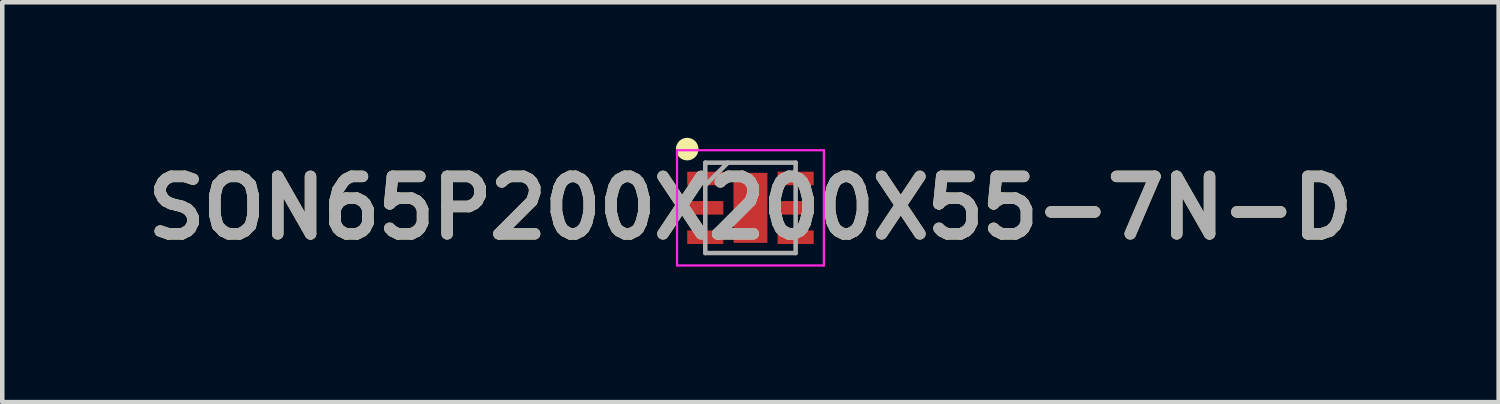
<source format=kicad_pcb>
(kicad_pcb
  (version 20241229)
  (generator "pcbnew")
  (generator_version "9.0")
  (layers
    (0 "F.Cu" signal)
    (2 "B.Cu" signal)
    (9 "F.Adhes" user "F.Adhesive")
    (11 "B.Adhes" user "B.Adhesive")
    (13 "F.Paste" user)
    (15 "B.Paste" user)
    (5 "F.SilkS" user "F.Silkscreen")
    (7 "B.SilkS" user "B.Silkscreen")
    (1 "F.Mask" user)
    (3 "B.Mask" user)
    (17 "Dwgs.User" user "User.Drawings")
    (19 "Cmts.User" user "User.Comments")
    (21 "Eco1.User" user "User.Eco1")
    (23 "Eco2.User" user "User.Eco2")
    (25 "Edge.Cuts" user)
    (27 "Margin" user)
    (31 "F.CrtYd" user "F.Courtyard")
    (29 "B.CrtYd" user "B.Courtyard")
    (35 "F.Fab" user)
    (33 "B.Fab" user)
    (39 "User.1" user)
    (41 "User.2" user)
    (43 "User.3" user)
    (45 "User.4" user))
  (footprint "SON65P200X200X55-7N-D"
    (layer "F.Cu")
    (at 13.559 1.55)
    (property "Reference" "SON65P200X200X55-7N-D" (at 0 0 0) (layer "F.SilkS") (effects (font (size 1.27 1.27) (thickness 0.254))))
    (attr smd)
    (fp_circle (center -1.4 -1.3) (end -1.4 -1.175) (stroke (width 0.25) (type solid)) (fill no) (layer "F.SilkS"))
    (fp_line (start -1.625 -1.275) (end 1.625 -1.275) (stroke (width 0.05) (type solid)) (layer "F.CrtYd"))
    (fp_line (start -1.625 1.275) (end -1.625 -1.275) (stroke (width 0.05) (type solid)) (layer "F.CrtYd"))
    (fp_line (start 1.625 -1.275) (end 1.625 1.275) (stroke (width 0.05) (type solid)) (layer "F.CrtYd"))
    (fp_line (start 1.625 1.275) (end -1.625 1.275) (stroke (width 0.05) (type solid)) (layer "F.CrtYd"))
    (fp_line (start -1 -1) (end 1 -1) (stroke (width 0.1) (type solid)) (layer "F.Fab"))
    (fp_line (start -1 -0.5) (end -0.5 -1) (stroke (width 0.1) (type solid)) (layer "F.Fab"))
    (fp_line (start -1 1) (end -1 -1) (stroke (width 0.1) (type solid)) (layer "F.Fab"))
    (fp_line (start 1 -1) (end 1 1) (stroke (width 0.1) (type solid)) (layer "F.Fab"))
    (fp_line (start 1 1) (end -1 1) (stroke (width 0.1) (type solid)) (layer "F.Fab"))
    (fp_text user "${REFERENCE}" (at 0 0 0) (layer "F.Fab") (effects (font (size 1.27 1.27) (thickness 0.254))))
    (pad "1" smd rect (at -1 -0.65 90) (size 0.3 0.8) (layers "F.Cu" "F.Mask" "F.Paste"))
    (pad "2" smd rect (at -1 0 90) (size 0.3 0.8) (layers "F.Cu" "F.Mask" "F.Paste"))
    (pad "3" smd rect (at -1 0.65 90) (size 0.3 0.8) (layers "F.Cu" "F.Mask" "F.Paste"))
    (pad "4" smd rect (at 1 0.65 90) (size 0.3 0.8) (layers "F.Cu" "F.Mask" "F.Paste"))
    (pad "5" smd rect (at 1 0 90) (size 0.3 0.8) (layers "F.Cu" "F.Mask" "F.Paste"))
    (pad "6" smd rect (at 1 -0.65 90) (size 0.3 0.8) (layers "F.Cu" "F.Mask" "F.Paste"))
    (pad "7" smd rect (at 0 0) (size 0.75 1.55) (layers "F.Cu" "F.Mask" "F.Paste")))
  (gr_rect
    (start -3 -3)
    (end 30.118 5.85)
    (stroke (width 0.1) (type default))
    (fill no)
    (layer "Edge.Cuts")))
</source>
